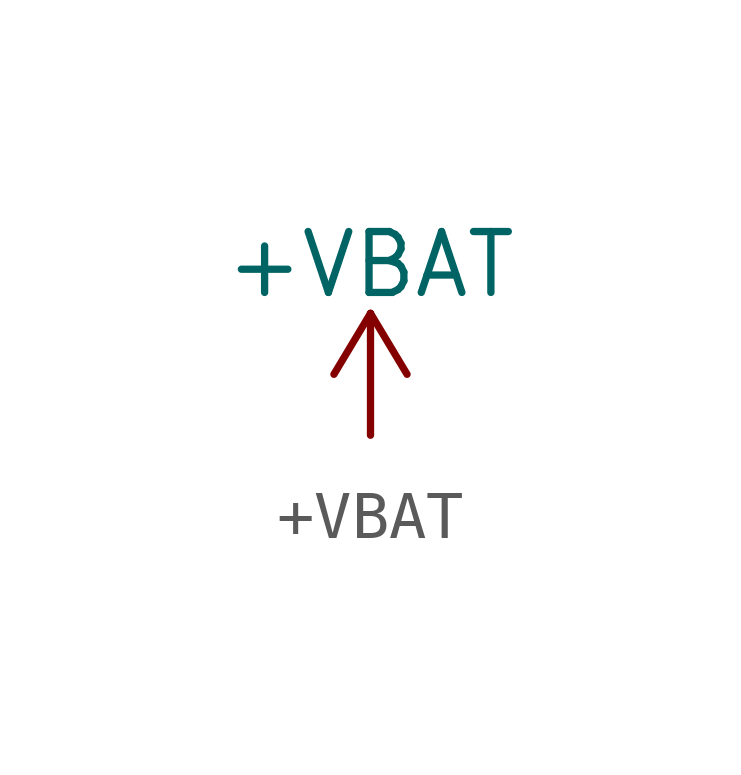
<source format=kicad_sym>
(kicad_symbol_lib
  (version 20220914)
  (generator kicad_symbol_editor)
  (symbol "+VBAT"
    (power)
    (pin_names
      (offset 0))
    (property "Reference" "#PWR"
      (at 0 -3.81 0)
      (effects (font (size 1.27 1.27)) hide))
    (property "Value" "+VBAT"
      (at 0 3.556 0)
      (effects (font (size 1.27 1.27))))
    (symbol "+VBAT_0_1"
      (polyline (pts (xy -0.762 1.27) (xy 0 2.54)) (stroke (width 0) (type default)) (fill (type none)))
      (polyline (pts (xy 0 0) (xy 0 2.54)) (stroke (width 0) (type default)) (fill (type none)))
      (polyline (pts (xy 0 2.54) (xy 0.762 1.27)) (stroke (width 0) (type default)) (fill (type none))))
    (symbol "+VBAT_1_1"
      (pin power_in line (at 0 0 90) (length 0) hide (name "+VBAT" (effects (font (size 1.27 1.27)))) (number "1" (effects (font (size 1.27 1.27))))))))
</source>
